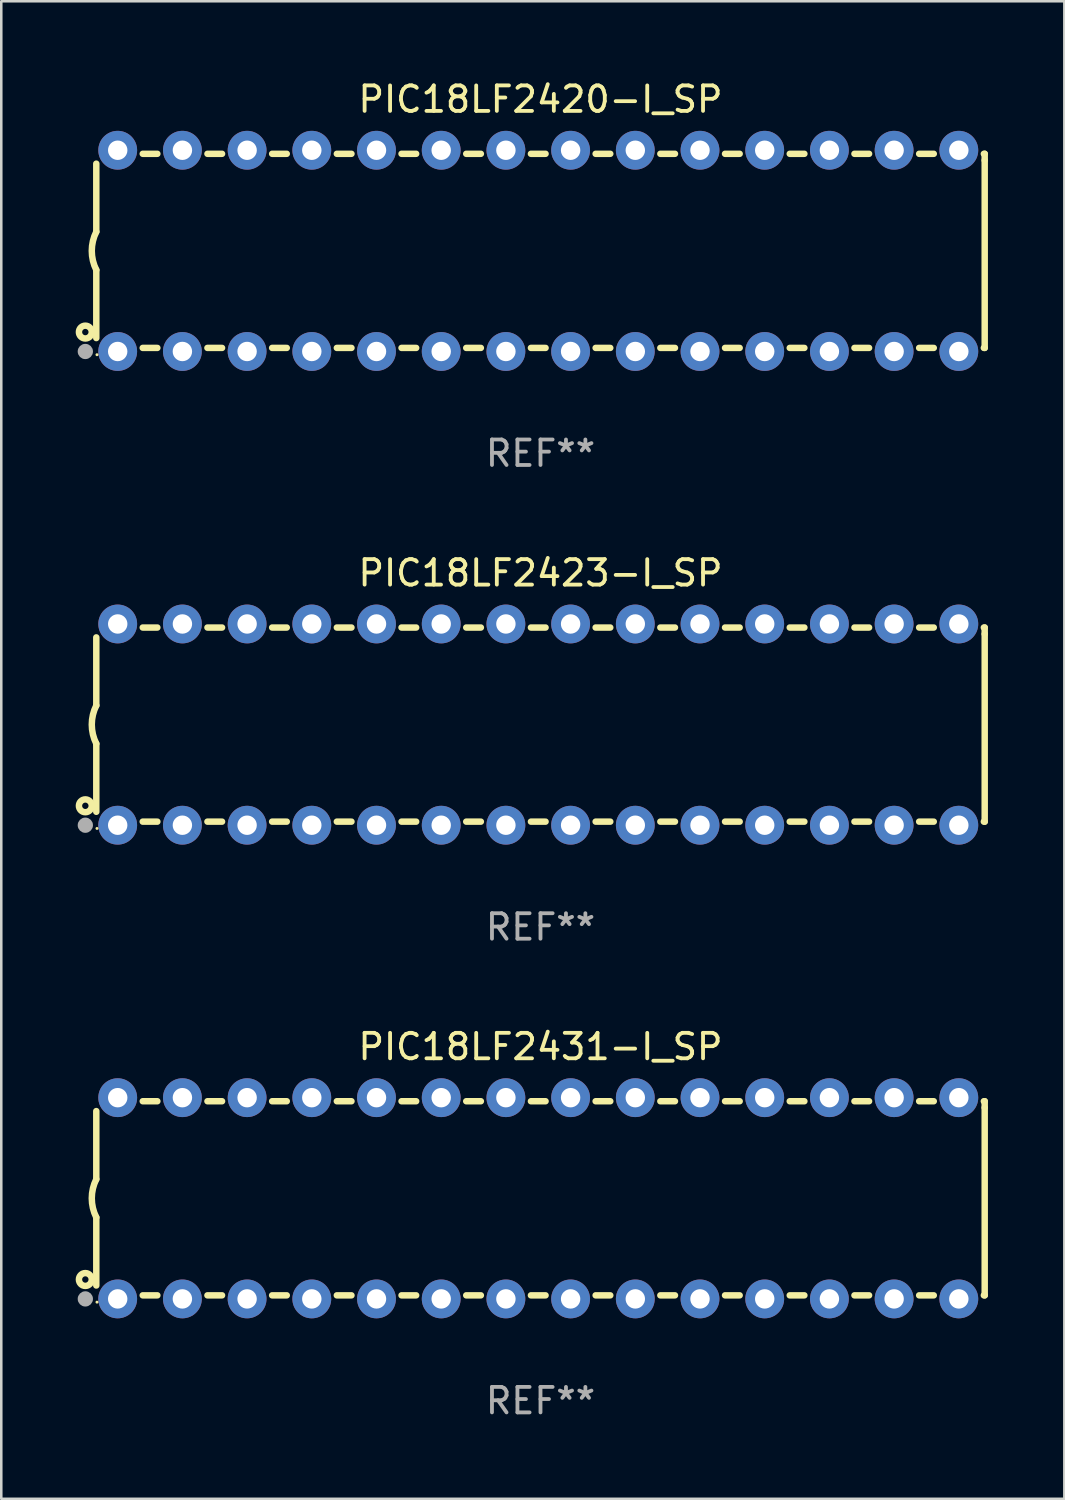
<source format=kicad_pcb>
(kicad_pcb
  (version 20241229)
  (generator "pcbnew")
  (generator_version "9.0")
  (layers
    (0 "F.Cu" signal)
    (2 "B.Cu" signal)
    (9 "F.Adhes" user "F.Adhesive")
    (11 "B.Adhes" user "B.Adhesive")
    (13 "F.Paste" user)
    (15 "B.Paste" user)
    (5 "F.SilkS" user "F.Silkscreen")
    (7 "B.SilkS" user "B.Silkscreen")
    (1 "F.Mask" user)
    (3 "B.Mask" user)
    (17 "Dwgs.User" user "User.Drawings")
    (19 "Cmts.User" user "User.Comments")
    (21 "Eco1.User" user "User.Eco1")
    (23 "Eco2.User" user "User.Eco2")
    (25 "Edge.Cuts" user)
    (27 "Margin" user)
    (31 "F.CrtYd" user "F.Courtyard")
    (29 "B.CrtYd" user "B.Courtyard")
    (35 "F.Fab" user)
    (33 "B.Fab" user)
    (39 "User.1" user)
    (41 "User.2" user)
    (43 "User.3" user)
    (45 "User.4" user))
  (footprint "PIC18LF2431-I_SP"
    (layer "F.Cu")
    (at 18.168 43.991)
    (property "Reference" "PIC18LF2431-I_SP" (at 0 -5.95 0) (layer "F.SilkS") (effects (font (size 1 1) (thickness 0.15))))
    (attr through_hole)
    (fp_line (start -17.438 0.75) (end -17.438 3.423) (stroke (width 0.254) (type solid)) (layer "F.SilkS"))
    (fp_line (start -17.438 -3.423) (end -17.438 -0.75) (stroke (width 0.254) (type solid)) (layer "F.SilkS"))
    (fp_line (start -15.615 3.81) (end -15.041 3.81) (stroke (width 0.254) (type solid)) (layer "F.SilkS"))
    (fp_line (start -15.041 -3.81) (end -15.614 -3.81) (stroke (width 0.254) (type solid)) (layer "F.SilkS"))
    (fp_line (start -13.075 3.81) (end -12.501 3.81) (stroke (width 0.254) (type solid)) (layer "F.SilkS"))
    (fp_line (start -12.501 -3.81) (end -13.074 -3.81) (stroke (width 0.254) (type solid)) (layer "F.SilkS"))
    (fp_line (start -10.535 3.81) (end -9.961 3.81) (stroke (width 0.254) (type solid)) (layer "F.SilkS"))
    (fp_line (start -9.961 -3.81) (end -10.534 -3.81) (stroke (width 0.254) (type solid)) (layer "F.SilkS"))
    (fp_line (start -7.995 3.81) (end -7.421 3.81) (stroke (width 0.254) (type solid)) (layer "F.SilkS"))
    (fp_line (start -7.421 -3.81) (end -7.995 -3.81) (stroke (width 0.254) (type solid)) (layer "F.SilkS"))
    (fp_line (start -5.455 3.81) (end -4.881 3.81) (stroke (width 0.254) (type solid)) (layer "F.SilkS"))
    (fp_line (start -4.881 -3.81) (end -5.455 -3.81) (stroke (width 0.254) (type solid)) (layer "F.SilkS"))
    (fp_line (start -2.915 3.81) (end -2.341 3.81) (stroke (width 0.254) (type solid)) (layer "F.SilkS"))
    (fp_line (start -2.341 -3.81) (end -2.915 -3.81) (stroke (width 0.254) (type solid)) (layer "F.SilkS"))
    (fp_line (start -0.375 3.81) (end 0.199 3.81) (stroke (width 0.254) (type solid)) (layer "F.SilkS"))
    (fp_line (start 0.199 -3.81) (end -0.375 -3.81) (stroke (width 0.254) (type solid)) (layer "F.SilkS"))
    (fp_line (start 2.165 3.81) (end 2.739 3.81) (stroke (width 0.254) (type solid)) (layer "F.SilkS"))
    (fp_line (start 2.739 -3.81) (end 2.165 -3.81) (stroke (width 0.254) (type solid)) (layer "F.SilkS"))
    (fp_line (start 4.705 3.81) (end 5.279 3.81) (stroke (width 0.254) (type solid)) (layer "F.SilkS"))
    (fp_line (start 5.279 -3.81) (end 4.705 -3.81) (stroke (width 0.254) (type solid)) (layer "F.SilkS"))
    (fp_line (start 7.245 3.81) (end 7.819 3.81) (stroke (width 0.254) (type solid)) (layer "F.SilkS"))
    (fp_line (start 7.819 -3.81) (end 7.245 -3.81) (stroke (width 0.254) (type solid)) (layer "F.SilkS"))
    (fp_line (start 9.785 3.81) (end 10.359 3.81) (stroke (width 0.254) (type solid)) (layer "F.SilkS"))
    (fp_line (start 10.359 -3.81) (end 9.785 -3.81) (stroke (width 0.254) (type solid)) (layer "F.SilkS"))
    (fp_line (start 12.325 3.81) (end 12.899 3.81) (stroke (width 0.254) (type solid)) (layer "F.SilkS"))
    (fp_line (start 12.899 -3.81) (end 12.325 -3.81) (stroke (width 0.254) (type solid)) (layer "F.SilkS"))
    (fp_line (start 14.865 3.81) (end 15.439 3.81) (stroke (width 0.254) (type solid)) (layer "F.SilkS"))
    (fp_line (start 15.439 -3.81) (end 14.865 -3.81) (stroke (width 0.254) (type solid)) (layer "F.SilkS"))
    (fp_line (start 17.405 3.81) (end 17.438 3.81) (stroke (width 0.254) (type solid)) (layer "F.SilkS"))
    (fp_line (start 17.438 -3.81) (end 17.405 -3.81) (stroke (width 0.254) (type solid)) (layer "F.SilkS"))
    (fp_line (start 17.438 -3.556) (end 17.438 -3.81) (stroke (width 0.254) (type solid)) (layer "F.SilkS"))
    (fp_line (start 17.438 3.81) (end 17.438 -3.556) (stroke (width 0.254) (type solid)) (layer "F.SilkS"))
    (fp_arc (start -17.437986 0.749657) (mid -17.614887 -0.000024) (end -17.437783 -0.749657) (stroke (width 0.254001) (type solid)) (layer "F.SilkS"))
    (fp_circle (center -17.868 3.188) (end -17.743 3.188) (stroke (width 0.254) (type solid)) (fill no) (layer "F.SilkS"))
    (fp_circle (center -17.411 4.077) (end -17.381 4.077) (stroke (width 0.06) (type solid)) (fill no) (layer "F.SilkS"))
    (fp_circle (center -17.868 3.95) (end -17.718 3.95) (stroke (width 0.3) (type solid)) (fill no) (layer "F.Fab"))
    (fp_text user "REF**" (at 0 7.95 0) (layer "F.Fab") (effects (font (size 1 1) (thickness 0.15))))
    (pad "1" thru_hole circle (at -16.598 3.95) (size 1.524 1.524) (drill 0.762) (layers "*.Cu" "*.Mask"))
    (pad "2" thru_hole circle (at -14.058 3.95) (size 1.524 1.524) (drill 0.762) (layers "*.Cu" "*.Mask"))
    (pad "3" thru_hole circle (at -11.518 3.95) (size 1.524 1.524) (drill 0.762) (layers "*.Cu" "*.Mask"))
    (pad "4" thru_hole circle (at -8.978 3.95) (size 1.524 1.524) (drill 0.762) (layers "*.Cu" "*.Mask"))
    (pad "5" thru_hole circle (at -6.438 3.95) (size 1.524 1.524) (drill 0.762) (layers "*.Cu" "*.Mask"))
    (pad "6" thru_hole circle (at -3.898 3.95) (size 1.524 1.524) (drill 0.762) (layers "*.Cu" "*.Mask"))
    (pad "7" thru_hole circle (at -1.358 3.95) (size 1.524 1.524) (drill 0.762) (layers "*.Cu" "*.Mask"))
    (pad "8" thru_hole circle (at 1.182 3.95) (size 1.524 1.524) (drill 0.762) (layers "*.Cu" "*.Mask"))
    (pad "9" thru_hole circle (at 3.722 3.95) (size 1.524 1.524) (drill 0.762) (layers "*.Cu" "*.Mask"))
    (pad "10" thru_hole circle (at 6.262 3.95) (size 1.524 1.524) (drill 0.762) (layers "*.Cu" "*.Mask"))
    (pad "11" thru_hole circle (at 8.802 3.95) (size 1.524 1.524) (drill 0.762) (layers "*.Cu" "*.Mask"))
    (pad "12" thru_hole circle (at 11.342 3.95) (size 1.524 1.524) (drill 0.762) (layers "*.Cu" "*.Mask"))
    (pad "13" thru_hole circle (at 13.882 3.95) (size 1.524 1.524) (drill 0.762) (layers "*.Cu" "*.Mask"))
    (pad "14" thru_hole circle (at 16.422 3.95) (size 1.524 1.524) (drill 0.762) (layers "*.Cu" "*.Mask"))
    (pad "15" thru_hole circle (at 16.422 -3.95) (size 1.524 1.524) (drill 0.762) (layers "*.Cu" "*.Mask"))
    (pad "16" thru_hole circle (at 13.882 -3.95) (size 1.524 1.524) (drill 0.762) (layers "*.Cu" "*.Mask"))
    (pad "17" thru_hole circle (at 11.342 -3.95) (size 1.524 1.524) (drill 0.762) (layers "*.Cu" "*.Mask"))
    (pad "18" thru_hole circle (at 8.802 -3.95) (size 1.524 1.524) (drill 0.762) (layers "*.Cu" "*.Mask"))
    (pad "19" thru_hole circle (at 6.262 -3.95) (size 1.524 1.524) (drill 0.762) (layers "*.Cu" "*.Mask"))
    (pad "20" thru_hole circle (at 3.722 -3.95) (size 1.524 1.524) (drill 0.762) (layers "*.Cu" "*.Mask"))
    (pad "21" thru_hole circle (at 1.182 -3.95) (size 1.524 1.524) (drill 0.762) (layers "*.Cu" "*.Mask"))
    (pad "22" thru_hole circle (at -1.358 -3.95) (size 1.524 1.524) (drill 0.762) (layers "*.Cu" "*.Mask"))
    (pad "23" thru_hole circle (at -3.898 -3.95) (size 1.524 1.524) (drill 0.762) (layers "*.Cu" "*.Mask"))
    (pad "24" thru_hole circle (at -6.438 -3.95) (size 1.524 1.524) (drill 0.762) (layers "*.Cu" "*.Mask"))
    (pad "25" thru_hole circle (at -8.978 -3.95) (size 1.524 1.524) (drill 0.762) (layers "*.Cu" "*.Mask"))
    (pad "26" thru_hole circle (at -11.517 -3.95) (size 1.524 1.524) (drill 0.762) (layers "*.Cu" "*.Mask"))
    (pad "27" thru_hole circle (at -14.057 -3.95) (size 1.524 1.524) (drill 0.762) (layers "*.Cu" "*.Mask"))
    (pad "28" thru_hole circle (at -16.597 -3.95) (size 1.524 1.524) (drill 0.762) (layers "*.Cu" "*.Mask")))
  (footprint "PIC18LF2420-I_SP"
    (layer "F.Cu")
    (at 18.168 6.798)
    (property "Reference" "PIC18LF2420-I_SP" (at 0 -5.95 0) (layer "F.SilkS") (effects (font (size 1 1) (thickness 0.15))))
    (attr through_hole)
    (fp_line (start -17.438 0.75) (end -17.438 3.423) (stroke (width 0.254) (type solid)) (layer "F.SilkS"))
    (fp_line (start -17.438 -3.423) (end -17.438 -0.75) (stroke (width 0.254) (type solid)) (layer "F.SilkS"))
    (fp_line (start -15.615 3.81) (end -15.041 3.81) (stroke (width 0.254) (type solid)) (layer "F.SilkS"))
    (fp_line (start -15.041 -3.81) (end -15.614 -3.81) (stroke (width 0.254) (type solid)) (layer "F.SilkS"))
    (fp_line (start -13.075 3.81) (end -12.501 3.81) (stroke (width 0.254) (type solid)) (layer "F.SilkS"))
    (fp_line (start -12.501 -3.81) (end -13.074 -3.81) (stroke (width 0.254) (type solid)) (layer "F.SilkS"))
    (fp_line (start -10.535 3.81) (end -9.961 3.81) (stroke (width 0.254) (type solid)) (layer "F.SilkS"))
    (fp_line (start -9.961 -3.81) (end -10.534 -3.81) (stroke (width 0.254) (type solid)) (layer "F.SilkS"))
    (fp_line (start -7.995 3.81) (end -7.421 3.81) (stroke (width 0.254) (type solid)) (layer "F.SilkS"))
    (fp_line (start -7.421 -3.81) (end -7.995 -3.81) (stroke (width 0.254) (type solid)) (layer "F.SilkS"))
    (fp_line (start -5.455 3.81) (end -4.881 3.81) (stroke (width 0.254) (type solid)) (layer "F.SilkS"))
    (fp_line (start -4.881 -3.81) (end -5.455 -3.81) (stroke (width 0.254) (type solid)) (layer "F.SilkS"))
    (fp_line (start -2.915 3.81) (end -2.341 3.81) (stroke (width 0.254) (type solid)) (layer "F.SilkS"))
    (fp_line (start -2.341 -3.81) (end -2.915 -3.81) (stroke (width 0.254) (type solid)) (layer "F.SilkS"))
    (fp_line (start -0.375 3.81) (end 0.199 3.81) (stroke (width 0.254) (type solid)) (layer "F.SilkS"))
    (fp_line (start 0.199 -3.81) (end -0.375 -3.81) (stroke (width 0.254) (type solid)) (layer "F.SilkS"))
    (fp_line (start 2.165 3.81) (end 2.739 3.81) (stroke (width 0.254) (type solid)) (layer "F.SilkS"))
    (fp_line (start 2.739 -3.81) (end 2.165 -3.81) (stroke (width 0.254) (type solid)) (layer "F.SilkS"))
    (fp_line (start 4.705 3.81) (end 5.279 3.81) (stroke (width 0.254) (type solid)) (layer "F.SilkS"))
    (fp_line (start 5.279 -3.81) (end 4.705 -3.81) (stroke (width 0.254) (type solid)) (layer "F.SilkS"))
    (fp_line (start 7.245 3.81) (end 7.819 3.81) (stroke (width 0.254) (type solid)) (layer "F.SilkS"))
    (fp_line (start 7.819 -3.81) (end 7.245 -3.81) (stroke (width 0.254) (type solid)) (layer "F.SilkS"))
    (fp_line (start 9.785 3.81) (end 10.359 3.81) (stroke (width 0.254) (type solid)) (layer "F.SilkS"))
    (fp_line (start 10.359 -3.81) (end 9.785 -3.81) (stroke (width 0.254) (type solid)) (layer "F.SilkS"))
    (fp_line (start 12.325 3.81) (end 12.899 3.81) (stroke (width 0.254) (type solid)) (layer "F.SilkS"))
    (fp_line (start 12.899 -3.81) (end 12.325 -3.81) (stroke (width 0.254) (type solid)) (layer "F.SilkS"))
    (fp_line (start 14.865 3.81) (end 15.439 3.81) (stroke (width 0.254) (type solid)) (layer "F.SilkS"))
    (fp_line (start 15.439 -3.81) (end 14.865 -3.81) (stroke (width 0.254) (type solid)) (layer "F.SilkS"))
    (fp_line (start 17.405 3.81) (end 17.438 3.81) (stroke (width 0.254) (type solid)) (layer "F.SilkS"))
    (fp_line (start 17.438 -3.81) (end 17.405 -3.81) (stroke (width 0.254) (type solid)) (layer "F.SilkS"))
    (fp_line (start 17.438 -3.556) (end 17.438 -3.81) (stroke (width 0.254) (type solid)) (layer "F.SilkS"))
    (fp_line (start 17.438 3.81) (end 17.438 -3.556) (stroke (width 0.254) (type solid)) (layer "F.SilkS"))
    (fp_arc (start -17.437986 0.749657) (mid -17.614887 -0.000024) (end -17.437783 -0.749657) (stroke (width 0.254001) (type solid)) (layer "F.SilkS"))
    (fp_circle (center -17.868 3.188) (end -17.743 3.188) (stroke (width 0.254) (type solid)) (fill no) (layer "F.SilkS"))
    (fp_circle (center -17.411 4.077) (end -17.381 4.077) (stroke (width 0.06) (type solid)) (fill no) (layer "F.SilkS"))
    (fp_circle (center -17.868 3.95) (end -17.718 3.95) (stroke (width 0.3) (type solid)) (fill no) (layer "F.Fab"))
    (fp_text user "REF**" (at 0 7.95 0) (layer "F.Fab") (effects (font (size 1 1) (thickness 0.15))))
    (pad "1" thru_hole circle (at -16.598 3.95) (size 1.524 1.524) (drill 0.762) (layers "*.Cu" "*.Mask"))
    (pad "2" thru_hole circle (at -14.058 3.95) (size 1.524 1.524) (drill 0.762) (layers "*.Cu" "*.Mask"))
    (pad "3" thru_hole circle (at -11.518 3.95) (size 1.524 1.524) (drill 0.762) (layers "*.Cu" "*.Mask"))
    (pad "4" thru_hole circle (at -8.978 3.95) (size 1.524 1.524) (drill 0.762) (layers "*.Cu" "*.Mask"))
    (pad "5" thru_hole circle (at -6.438 3.95) (size 1.524 1.524) (drill 0.762) (layers "*.Cu" "*.Mask"))
    (pad "6" thru_hole circle (at -3.898 3.95) (size 1.524 1.524) (drill 0.762) (layers "*.Cu" "*.Mask"))
    (pad "7" thru_hole circle (at -1.358 3.95) (size 1.524 1.524) (drill 0.762) (layers "*.Cu" "*.Mask"))
    (pad "8" thru_hole circle (at 1.182 3.95) (size 1.524 1.524) (drill 0.762) (layers "*.Cu" "*.Mask"))
    (pad "9" thru_hole circle (at 3.722 3.95) (size 1.524 1.524) (drill 0.762) (layers "*.Cu" "*.Mask"))
    (pad "10" thru_hole circle (at 6.262 3.95) (size 1.524 1.524) (drill 0.762) (layers "*.Cu" "*.Mask"))
    (pad "11" thru_hole circle (at 8.802 3.95) (size 1.524 1.524) (drill 0.762) (layers "*.Cu" "*.Mask"))
    (pad "12" thru_hole circle (at 11.342 3.95) (size 1.524 1.524) (drill 0.762) (layers "*.Cu" "*.Mask"))
    (pad "13" thru_hole circle (at 13.882 3.95) (size 1.524 1.524) (drill 0.762) (layers "*.Cu" "*.Mask"))
    (pad "14" thru_hole circle (at 16.422 3.95) (size 1.524 1.524) (drill 0.762) (layers "*.Cu" "*.Mask"))
    (pad "15" thru_hole circle (at 16.422 -3.95) (size 1.524 1.524) (drill 0.762) (layers "*.Cu" "*.Mask"))
    (pad "16" thru_hole circle (at 13.882 -3.95) (size 1.524 1.524) (drill 0.762) (layers "*.Cu" "*.Mask"))
    (pad "17" thru_hole circle (at 11.342 -3.95) (size 1.524 1.524) (drill 0.762) (layers "*.Cu" "*.Mask"))
    (pad "18" thru_hole circle (at 8.802 -3.95) (size 1.524 1.524) (drill 0.762) (layers "*.Cu" "*.Mask"))
    (pad "19" thru_hole circle (at 6.262 -3.95) (size 1.524 1.524) (drill 0.762) (layers "*.Cu" "*.Mask"))
    (pad "20" thru_hole circle (at 3.722 -3.95) (size 1.524 1.524) (drill 0.762) (layers "*.Cu" "*.Mask"))
    (pad "21" thru_hole circle (at 1.182 -3.95) (size 1.524 1.524) (drill 0.762) (layers "*.Cu" "*.Mask"))
    (pad "22" thru_hole circle (at -1.358 -3.95) (size 1.524 1.524) (drill 0.762) (layers "*.Cu" "*.Mask"))
    (pad "23" thru_hole circle (at -3.898 -3.95) (size 1.524 1.524) (drill 0.762) (layers "*.Cu" "*.Mask"))
    (pad "24" thru_hole circle (at -6.438 -3.95) (size 1.524 1.524) (drill 0.762) (layers "*.Cu" "*.Mask"))
    (pad "25" thru_hole circle (at -8.978 -3.95) (size 1.524 1.524) (drill 0.762) (layers "*.Cu" "*.Mask"))
    (pad "26" thru_hole circle (at -11.517 -3.95) (size 1.524 1.524) (drill 0.762) (layers "*.Cu" "*.Mask"))
    (pad "27" thru_hole circle (at -14.057 -3.95) (size 1.524 1.524) (drill 0.762) (layers "*.Cu" "*.Mask"))
    (pad "28" thru_hole circle (at -16.597 -3.95) (size 1.524 1.524) (drill 0.762) (layers "*.Cu" "*.Mask")))
  (footprint "PIC18LF2423-I_SP"
    (layer "F.Cu")
    (at 18.168 25.395)
    (property "Reference" "PIC18LF2423-I_SP" (at 0 -5.95 0) (layer "F.SilkS") (effects (font (size 1 1) (thickness 0.15))))
    (attr through_hole)
    (fp_line (start -17.438 0.75) (end -17.438 3.423) (stroke (width 0.254) (type solid)) (layer "F.SilkS"))
    (fp_line (start -17.438 -3.423) (end -17.438 -0.75) (stroke (width 0.254) (type solid)) (layer "F.SilkS"))
    (fp_line (start -15.615 3.81) (end -15.041 3.81) (stroke (width 0.254) (type solid)) (layer "F.SilkS"))
    (fp_line (start -15.041 -3.81) (end -15.614 -3.81) (stroke (width 0.254) (type solid)) (layer "F.SilkS"))
    (fp_line (start -13.075 3.81) (end -12.501 3.81) (stroke (width 0.254) (type solid)) (layer "F.SilkS"))
    (fp_line (start -12.501 -3.81) (end -13.074 -3.81) (stroke (width 0.254) (type solid)) (layer "F.SilkS"))
    (fp_line (start -10.535 3.81) (end -9.961 3.81) (stroke (width 0.254) (type solid)) (layer "F.SilkS"))
    (fp_line (start -9.961 -3.81) (end -10.534 -3.81) (stroke (width 0.254) (type solid)) (layer "F.SilkS"))
    (fp_line (start -7.995 3.81) (end -7.421 3.81) (stroke (width 0.254) (type solid)) (layer "F.SilkS"))
    (fp_line (start -7.421 -3.81) (end -7.995 -3.81) (stroke (width 0.254) (type solid)) (layer "F.SilkS"))
    (fp_line (start -5.455 3.81) (end -4.881 3.81) (stroke (width 0.254) (type solid)) (layer "F.SilkS"))
    (fp_line (start -4.881 -3.81) (end -5.455 -3.81) (stroke (width 0.254) (type solid)) (layer "F.SilkS"))
    (fp_line (start -2.915 3.81) (end -2.341 3.81) (stroke (width 0.254) (type solid)) (layer "F.SilkS"))
    (fp_line (start -2.341 -3.81) (end -2.915 -3.81) (stroke (width 0.254) (type solid)) (layer "F.SilkS"))
    (fp_line (start -0.375 3.81) (end 0.199 3.81) (stroke (width 0.254) (type solid)) (layer "F.SilkS"))
    (fp_line (start 0.199 -3.81) (end -0.375 -3.81) (stroke (width 0.254) (type solid)) (layer "F.SilkS"))
    (fp_line (start 2.165 3.81) (end 2.739 3.81) (stroke (width 0.254) (type solid)) (layer "F.SilkS"))
    (fp_line (start 2.739 -3.81) (end 2.165 -3.81) (stroke (width 0.254) (type solid)) (layer "F.SilkS"))
    (fp_line (start 4.705 3.81) (end 5.279 3.81) (stroke (width 0.254) (type solid)) (layer "F.SilkS"))
    (fp_line (start 5.279 -3.81) (end 4.705 -3.81) (stroke (width 0.254) (type solid)) (layer "F.SilkS"))
    (fp_line (start 7.245 3.81) (end 7.819 3.81) (stroke (width 0.254) (type solid)) (layer "F.SilkS"))
    (fp_line (start 7.819 -3.81) (end 7.245 -3.81) (stroke (width 0.254) (type solid)) (layer "F.SilkS"))
    (fp_line (start 9.785 3.81) (end 10.359 3.81) (stroke (width 0.254) (type solid)) (layer "F.SilkS"))
    (fp_line (start 10.359 -3.81) (end 9.785 -3.81) (stroke (width 0.254) (type solid)) (layer "F.SilkS"))
    (fp_line (start 12.325 3.81) (end 12.899 3.81) (stroke (width 0.254) (type solid)) (layer "F.SilkS"))
    (fp_line (start 12.899 -3.81) (end 12.325 -3.81) (stroke (width 0.254) (type solid)) (layer "F.SilkS"))
    (fp_line (start 14.865 3.81) (end 15.439 3.81) (stroke (width 0.254) (type solid)) (layer "F.SilkS"))
    (fp_line (start 15.439 -3.81) (end 14.865 -3.81) (stroke (width 0.254) (type solid)) (layer "F.SilkS"))
    (fp_line (start 17.405 3.81) (end 17.438 3.81) (stroke (width 0.254) (type solid)) (layer "F.SilkS"))
    (fp_line (start 17.438 -3.81) (end 17.405 -3.81) (stroke (width 0.254) (type solid)) (layer "F.SilkS"))
    (fp_line (start 17.438 -3.556) (end 17.438 -3.81) (stroke (width 0.254) (type solid)) (layer "F.SilkS"))
    (fp_line (start 17.438 3.81) (end 17.438 -3.556) (stroke (width 0.254) (type solid)) (layer "F.SilkS"))
    (fp_arc (start -17.437986 0.749657) (mid -17.614887 -0.000024) (end -17.437783 -0.749657) (stroke (width 0.254001) (type solid)) (layer "F.SilkS"))
    (fp_circle (center -17.868 3.188) (end -17.743 3.188) (stroke (width 0.254) (type solid)) (fill no) (layer "F.SilkS"))
    (fp_circle (center -17.411 4.077) (end -17.381 4.077) (stroke (width 0.06) (type solid)) (fill no) (layer "F.SilkS"))
    (fp_circle (center -17.868 3.95) (end -17.718 3.95) (stroke (width 0.3) (type solid)) (fill no) (layer "F.Fab"))
    (fp_text user "REF**" (at 0 7.95 0) (layer "F.Fab") (effects (font (size 1 1) (thickness 0.15))))
    (pad "1" thru_hole circle (at -16.598 3.95) (size 1.524 1.524) (drill 0.762) (layers "*.Cu" "*.Mask"))
    (pad "2" thru_hole circle (at -14.058 3.95) (size 1.524 1.524) (drill 0.762) (layers "*.Cu" "*.Mask"))
    (pad "3" thru_hole circle (at -11.518 3.95) (size 1.524 1.524) (drill 0.762) (layers "*.Cu" "*.Mask"))
    (pad "4" thru_hole circle (at -8.978 3.95) (size 1.524 1.524) (drill 0.762) (layers "*.Cu" "*.Mask"))
    (pad "5" thru_hole circle (at -6.438 3.95) (size 1.524 1.524) (drill 0.762) (layers "*.Cu" "*.Mask"))
    (pad "6" thru_hole circle (at -3.898 3.95) (size 1.524 1.524) (drill 0.762) (layers "*.Cu" "*.Mask"))
    (pad "7" thru_hole circle (at -1.358 3.95) (size 1.524 1.524) (drill 0.762) (layers "*.Cu" "*.Mask"))
    (pad "8" thru_hole circle (at 1.182 3.95) (size 1.524 1.524) (drill 0.762) (layers "*.Cu" "*.Mask"))
    (pad "9" thru_hole circle (at 3.722 3.95) (size 1.524 1.524) (drill 0.762) (layers "*.Cu" "*.Mask"))
    (pad "10" thru_hole circle (at 6.262 3.95) (size 1.524 1.524) (drill 0.762) (layers "*.Cu" "*.Mask"))
    (pad "11" thru_hole circle (at 8.802 3.95) (size 1.524 1.524) (drill 0.762) (layers "*.Cu" "*.Mask"))
    (pad "12" thru_hole circle (at 11.342 3.95) (size 1.524 1.524) (drill 0.762) (layers "*.Cu" "*.Mask"))
    (pad "13" thru_hole circle (at 13.882 3.95) (size 1.524 1.524) (drill 0.762) (layers "*.Cu" "*.Mask"))
    (pad "14" thru_hole circle (at 16.422 3.95) (size 1.524 1.524) (drill 0.762) (layers "*.Cu" "*.Mask"))
    (pad "15" thru_hole circle (at 16.422 -3.95) (size 1.524 1.524) (drill 0.762) (layers "*.Cu" "*.Mask"))
    (pad "16" thru_hole circle (at 13.882 -3.95) (size 1.524 1.524) (drill 0.762) (layers "*.Cu" "*.Mask"))
    (pad "17" thru_hole circle (at 11.342 -3.95) (size 1.524 1.524) (drill 0.762) (layers "*.Cu" "*.Mask"))
    (pad "18" thru_hole circle (at 8.802 -3.95) (size 1.524 1.524) (drill 0.762) (layers "*.Cu" "*.Mask"))
    (pad "19" thru_hole circle (at 6.262 -3.95) (size 1.524 1.524) (drill 0.762) (layers "*.Cu" "*.Mask"))
    (pad "20" thru_hole circle (at 3.722 -3.95) (size 1.524 1.524) (drill 0.762) (layers "*.Cu" "*.Mask"))
    (pad "21" thru_hole circle (at 1.182 -3.95) (size 1.524 1.524) (drill 0.762) (layers "*.Cu" "*.Mask"))
    (pad "22" thru_hole circle (at -1.358 -3.95) (size 1.524 1.524) (drill 0.762) (layers "*.Cu" "*.Mask"))
    (pad "23" thru_hole circle (at -3.898 -3.95) (size 1.524 1.524) (drill 0.762) (layers "*.Cu" "*.Mask"))
    (pad "24" thru_hole circle (at -6.438 -3.95) (size 1.524 1.524) (drill 0.762) (layers "*.Cu" "*.Mask"))
    (pad "25" thru_hole circle (at -8.978 -3.95) (size 1.524 1.524) (drill 0.762) (layers "*.Cu" "*.Mask"))
    (pad "26" thru_hole circle (at -11.517 -3.95) (size 1.524 1.524) (drill 0.762) (layers "*.Cu" "*.Mask"))
    (pad "27" thru_hole circle (at -14.057 -3.95) (size 1.524 1.524) (drill 0.762) (layers "*.Cu" "*.Mask"))
    (pad "28" thru_hole circle (at -16.597 -3.95) (size 1.524 1.524) (drill 0.762) (layers "*.Cu" "*.Mask")))
  (gr_rect
    (start -3 -3)
    (end 38.733 55.789)
    (stroke (width 0.1) (type default))
    (fill no)
    (layer "Edge.Cuts")))
</source>
